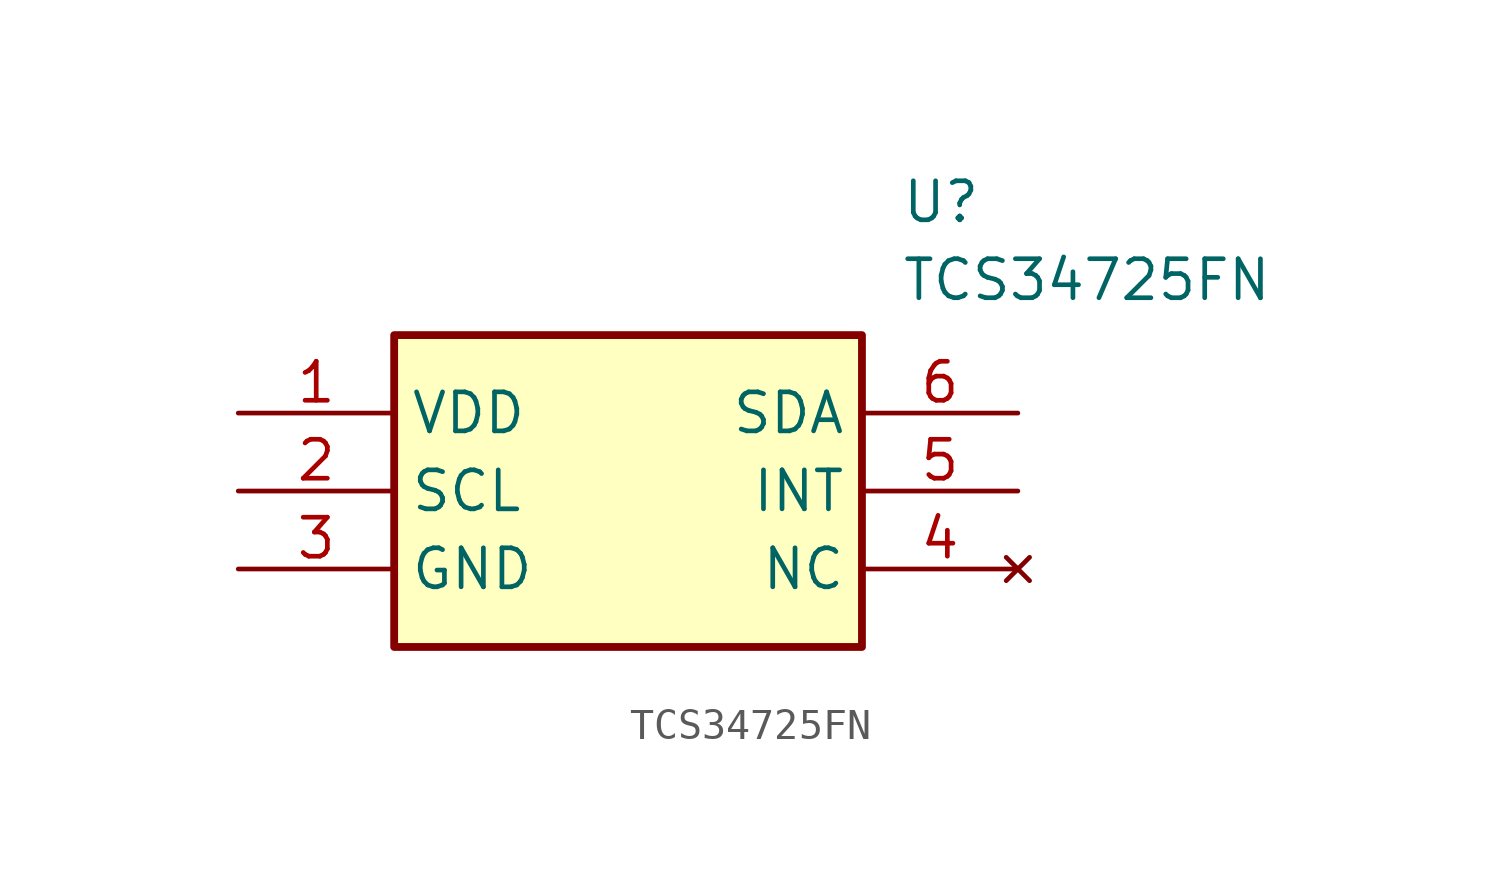
<source format=kicad_sym>
(kicad_symbol_lib
  (version 20211014)
  (generator SamacSys_ECAD_Model)
  (symbol "TCS34725FN"
    (property "Reference" "U"
      (at 21.59 7.62 0)
      (effects (font (size 1.27 1.27)) (justify left top)))
    (property "Value" "TCS34725FN"
      (at 21.59 5.08 0)
      (effects (font (size 1.27 1.27)) (justify left top)))
    (rectangle
      (start 5.08 2.54)
      (end 20.32 -7.62)
      (stroke (width 0.254) (type default))
      (fill (type background)))
    (pin passive line
      (at 0 0 0)
      (length 5.08)
      (name "VDD" (effects (font (size 1.27 1.27))))
      (number "1" (effects (font (size 1.27 1.27)))))
    (pin passive line
      (at 0 -2.54 0)
      (length 5.08)
      (name "SCL" (effects (font (size 1.27 1.27))))
      (number "2" (effects (font (size 1.27 1.27)))))
    (pin passive line
      (at 0 -5.08 0)
      (length 5.08)
      (name "GND" (effects (font (size 1.27 1.27))))
      (number "3" (effects (font (size 1.27 1.27)))))
    (pin no_connect line
      (at 25.4 -5.08 180)
      (length 5.08)
      (name "NC" (effects (font (size 1.27 1.27))))
      (number "4" (effects (font (size 1.27 1.27)))))
    (pin passive line
      (at 25.4 -2.54 180)
      (length 5.08)
      (name "INT" (effects (font (size 1.27 1.27))))
      (number "5" (effects (font (size 1.27 1.27)))))
    (pin passive line
      (at 25.4 0 180)
      (length 5.08)
      (name "SDA" (effects (font (size 1.27 1.27))))
      (number "6" (effects (font (size 1.27 1.27)))))))
</source>
